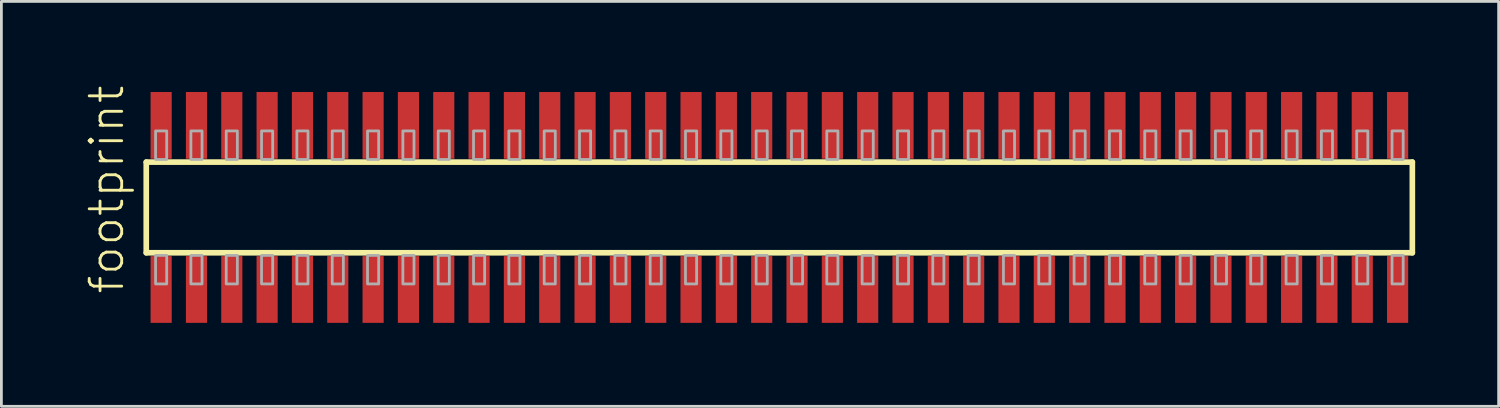
<source format=kicad_pcb>
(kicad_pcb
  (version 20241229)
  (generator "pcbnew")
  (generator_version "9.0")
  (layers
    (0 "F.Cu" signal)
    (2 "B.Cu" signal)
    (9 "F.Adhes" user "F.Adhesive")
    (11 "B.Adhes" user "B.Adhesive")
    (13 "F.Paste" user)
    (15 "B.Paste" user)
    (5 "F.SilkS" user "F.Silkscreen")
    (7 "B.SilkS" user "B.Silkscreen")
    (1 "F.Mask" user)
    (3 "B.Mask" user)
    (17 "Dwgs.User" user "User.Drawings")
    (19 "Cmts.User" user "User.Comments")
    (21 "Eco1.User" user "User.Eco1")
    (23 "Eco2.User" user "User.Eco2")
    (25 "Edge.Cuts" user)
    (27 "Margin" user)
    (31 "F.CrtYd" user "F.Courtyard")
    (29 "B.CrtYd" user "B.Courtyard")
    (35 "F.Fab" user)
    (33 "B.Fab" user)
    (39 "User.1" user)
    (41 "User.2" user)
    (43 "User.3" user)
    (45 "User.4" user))
  (footprint "footprint"
    (layer "F.Cu")
    (at 24.968 4.407)
    (property "Reference" "footprint" (at -23.495 3.175 90) (layer "F.SilkS") (effects (font (size 1.168 1.168) (thickness 0.102)) (justify left bottom)))
    (fp_line (start -22.76 -1.63) (end 22.755 -1.63) (stroke (width 0.203) (type solid)) (layer "F.SilkS"))
    (fp_line (start -22.76 1.63) (end -22.76 -1.63) (stroke (width 0.203) (type solid)) (layer "F.SilkS"))
    (fp_line (start 22.755 -1.63) (end 22.755 1.63) (stroke (width 0.203) (type solid)) (layer "F.SilkS"))
    (fp_line (start 22.755 1.63) (end -22.76 1.63) (stroke (width 0.203) (type solid)) (layer "F.SilkS"))
    (fp_poly (pts (xy -22.425 -1.725) (xy -22.025 -1.725) (xy -22.025 -2.75) (xy -22.425 -2.75)) (stroke (width 0.1) (type solid)) (fill no) (layer "F.Fab"))
    (fp_poly (pts (xy -22.025 1.725) (xy -22.425 1.725) (xy -22.425 2.75) (xy -22.025 2.75)) (stroke (width 0.1) (type solid)) (fill no) (layer "F.Fab"))
    (fp_poly (pts (xy -21.155 -1.725) (xy -20.755 -1.725) (xy -20.755 -2.75) (xy -21.155 -2.75)) (stroke (width 0.1) (type solid)) (fill no) (layer "F.Fab"))
    (fp_poly (pts (xy -20.755 1.725) (xy -21.155 1.725) (xy -21.155 2.75) (xy -20.755 2.75)) (stroke (width 0.1) (type solid)) (fill no) (layer "F.Fab"))
    (fp_poly (pts (xy -19.885 -1.725) (xy -19.485 -1.725) (xy -19.485 -2.75) (xy -19.885 -2.75)) (stroke (width 0.1) (type solid)) (fill no) (layer "F.Fab"))
    (fp_poly (pts (xy -19.485 1.725) (xy -19.885 1.725) (xy -19.885 2.75) (xy -19.485 2.75)) (stroke (width 0.1) (type solid)) (fill no) (layer "F.Fab"))
    (fp_poly (pts (xy -18.615 -1.725) (xy -18.215 -1.725) (xy -18.215 -2.75) (xy -18.615 -2.75)) (stroke (width 0.1) (type solid)) (fill no) (layer "F.Fab"))
    (fp_poly (pts (xy -18.215 1.725) (xy -18.615 1.725) (xy -18.615 2.75) (xy -18.215 2.75)) (stroke (width 0.1) (type solid)) (fill no) (layer "F.Fab"))
    (fp_poly (pts (xy -17.345 -1.725) (xy -16.945 -1.725) (xy -16.945 -2.75) (xy -17.345 -2.75)) (stroke (width 0.1) (type solid)) (fill no) (layer "F.Fab"))
    (fp_poly (pts (xy -16.945 1.725) (xy -17.345 1.725) (xy -17.345 2.75) (xy -16.945 2.75)) (stroke (width 0.1) (type solid)) (fill no) (layer "F.Fab"))
    (fp_poly (pts (xy -16.075 -1.725) (xy -15.675 -1.725) (xy -15.675 -2.75) (xy -16.075 -2.75)) (stroke (width 0.1) (type solid)) (fill no) (layer "F.Fab"))
    (fp_poly (pts (xy -15.675 1.725) (xy -16.075 1.725) (xy -16.075 2.75) (xy -15.675 2.75)) (stroke (width 0.1) (type solid)) (fill no) (layer "F.Fab"))
    (fp_poly (pts (xy -14.805 -1.725) (xy -14.405 -1.725) (xy -14.405 -2.75) (xy -14.805 -2.75)) (stroke (width 0.1) (type solid)) (fill no) (layer "F.Fab"))
    (fp_poly (pts (xy -14.405 1.725) (xy -14.805 1.725) (xy -14.805 2.75) (xy -14.405 2.75)) (stroke (width 0.1) (type solid)) (fill no) (layer "F.Fab"))
    (fp_poly (pts (xy -13.535 -1.725) (xy -13.135 -1.725) (xy -13.135 -2.75) (xy -13.535 -2.75)) (stroke (width 0.1) (type solid)) (fill no) (layer "F.Fab"))
    (fp_poly (pts (xy -13.135 1.725) (xy -13.535 1.725) (xy -13.535 2.75) (xy -13.135 2.75)) (stroke (width 0.1) (type solid)) (fill no) (layer "F.Fab"))
    (fp_poly (pts (xy -12.265 -1.725) (xy -11.865 -1.725) (xy -11.865 -2.75) (xy -12.265 -2.75)) (stroke (width 0.1) (type solid)) (fill no) (layer "F.Fab"))
    (fp_poly (pts (xy -11.865 1.725) (xy -12.265 1.725) (xy -12.265 2.75) (xy -11.865 2.75)) (stroke (width 0.1) (type solid)) (fill no) (layer "F.Fab"))
    (fp_poly (pts (xy -10.995 -1.725) (xy -10.595 -1.725) (xy -10.595 -2.75) (xy -10.995 -2.75)) (stroke (width 0.1) (type solid)) (fill no) (layer "F.Fab"))
    (fp_poly (pts (xy -10.595 1.725) (xy -10.995 1.725) (xy -10.995 2.75) (xy -10.595 2.75)) (stroke (width 0.1) (type solid)) (fill no) (layer "F.Fab"))
    (fp_poly (pts (xy -9.725 -1.725) (xy -9.325 -1.725) (xy -9.325 -2.75) (xy -9.725 -2.75)) (stroke (width 0.1) (type solid)) (fill no) (layer "F.Fab"))
    (fp_poly (pts (xy -9.325 1.725) (xy -9.725 1.725) (xy -9.725 2.75) (xy -9.325 2.75)) (stroke (width 0.1) (type solid)) (fill no) (layer "F.Fab"))
    (fp_poly (pts (xy -8.455 -1.725) (xy -8.055 -1.725) (xy -8.055 -2.75) (xy -8.455 -2.75)) (stroke (width 0.1) (type solid)) (fill no) (layer "F.Fab"))
    (fp_poly (pts (xy -8.055 1.725) (xy -8.455 1.725) (xy -8.455 2.75) (xy -8.055 2.75)) (stroke (width 0.1) (type solid)) (fill no) (layer "F.Fab"))
    (fp_poly (pts (xy -7.185 -1.725) (xy -6.785 -1.725) (xy -6.785 -2.75) (xy -7.185 -2.75)) (stroke (width 0.1) (type solid)) (fill no) (layer "F.Fab"))
    (fp_poly (pts (xy -6.785 1.725) (xy -7.185 1.725) (xy -7.185 2.75) (xy -6.785 2.75)) (stroke (width 0.1) (type solid)) (fill no) (layer "F.Fab"))
    (fp_poly (pts (xy -5.915 -1.725) (xy -5.515 -1.725) (xy -5.515 -2.75) (xy -5.915 -2.75)) (stroke (width 0.1) (type solid)) (fill no) (layer "F.Fab"))
    (fp_poly (pts (xy -5.515 1.725) (xy -5.915 1.725) (xy -5.915 2.75) (xy -5.515 2.75)) (stroke (width 0.1) (type solid)) (fill no) (layer "F.Fab"))
    (fp_poly (pts (xy -4.645 -1.725) (xy -4.245 -1.725) (xy -4.245 -2.75) (xy -4.645 -2.75)) (stroke (width 0.1) (type solid)) (fill no) (layer "F.Fab"))
    (fp_poly (pts (xy -4.245 1.725) (xy -4.645 1.725) (xy -4.645 2.75) (xy -4.245 2.75)) (stroke (width 0.1) (type solid)) (fill no) (layer "F.Fab"))
    (fp_poly (pts (xy -3.375 -1.725) (xy -2.975 -1.725) (xy -2.975 -2.75) (xy -3.375 -2.75)) (stroke (width 0.1) (type solid)) (fill no) (layer "F.Fab"))
    (fp_poly (pts (xy -2.975 1.725) (xy -3.375 1.725) (xy -3.375 2.75) (xy -2.975 2.75)) (stroke (width 0.1) (type solid)) (fill no) (layer "F.Fab"))
    (fp_poly (pts (xy -2.105 -1.725) (xy -1.705 -1.725) (xy -1.705 -2.75) (xy -2.105 -2.75)) (stroke (width 0.1) (type solid)) (fill no) (layer "F.Fab"))
    (fp_poly (pts (xy -1.705 1.725) (xy -2.105 1.725) (xy -2.105 2.75) (xy -1.705 2.75)) (stroke (width 0.1) (type solid)) (fill no) (layer "F.Fab"))
    (fp_poly (pts (xy -0.835 -1.725) (xy -0.435 -1.725) (xy -0.435 -2.75) (xy -0.835 -2.75)) (stroke (width 0.1) (type solid)) (fill no) (layer "F.Fab"))
    (fp_poly (pts (xy -0.435 1.725) (xy -0.835 1.725) (xy -0.835 2.75) (xy -0.435 2.75)) (stroke (width 0.1) (type solid)) (fill no) (layer "F.Fab"))
    (fp_poly (pts (xy 0.435 -1.725) (xy 0.835 -1.725) (xy 0.835 -2.75) (xy 0.435 -2.75)) (stroke (width 0.1) (type solid)) (fill no) (layer "F.Fab"))
    (fp_poly (pts (xy 0.835 1.725) (xy 0.435 1.725) (xy 0.435 2.75) (xy 0.835 2.75)) (stroke (width 0.1) (type solid)) (fill no) (layer "F.Fab"))
    (fp_poly (pts (xy 1.705 -1.725) (xy 2.105 -1.725) (xy 2.105 -2.75) (xy 1.705 -2.75)) (stroke (width 0.1) (type solid)) (fill no) (layer "F.Fab"))
    (fp_poly (pts (xy 2.105 1.725) (xy 1.705 1.725) (xy 1.705 2.75) (xy 2.105 2.75)) (stroke (width 0.1) (type solid)) (fill no) (layer "F.Fab"))
    (fp_poly (pts (xy 2.975 -1.725) (xy 3.375 -1.725) (xy 3.375 -2.75) (xy 2.975 -2.75)) (stroke (width 0.1) (type solid)) (fill no) (layer "F.Fab"))
    (fp_poly (pts (xy 3.375 1.725) (xy 2.975 1.725) (xy 2.975 2.75) (xy 3.375 2.75)) (stroke (width 0.1) (type solid)) (fill no) (layer "F.Fab"))
    (fp_poly (pts (xy 4.245 -1.725) (xy 4.645 -1.725) (xy 4.645 -2.75) (xy 4.245 -2.75)) (stroke (width 0.1) (type solid)) (fill no) (layer "F.Fab"))
    (fp_poly (pts (xy 4.645 1.725) (xy 4.245 1.725) (xy 4.245 2.75) (xy 4.645 2.75)) (stroke (width 0.1) (type solid)) (fill no) (layer "F.Fab"))
    (fp_poly (pts (xy 5.515 -1.725) (xy 5.915 -1.725) (xy 5.915 -2.75) (xy 5.515 -2.75)) (stroke (width 0.1) (type solid)) (fill no) (layer "F.Fab"))
    (fp_poly (pts (xy 5.915 1.725) (xy 5.515 1.725) (xy 5.515 2.75) (xy 5.915 2.75)) (stroke (width 0.1) (type solid)) (fill no) (layer "F.Fab"))
    (fp_poly (pts (xy 6.785 -1.725) (xy 7.185 -1.725) (xy 7.185 -2.75) (xy 6.785 -2.75)) (stroke (width 0.1) (type solid)) (fill no) (layer "F.Fab"))
    (fp_poly (pts (xy 7.185 1.725) (xy 6.785 1.725) (xy 6.785 2.75) (xy 7.185 2.75)) (stroke (width 0.1) (type solid)) (fill no) (layer "F.Fab"))
    (fp_poly (pts (xy 8.055 -1.725) (xy 8.455 -1.725) (xy 8.455 -2.75) (xy 8.055 -2.75)) (stroke (width 0.1) (type solid)) (fill no) (layer "F.Fab"))
    (fp_poly (pts (xy 8.455 1.725) (xy 8.055 1.725) (xy 8.055 2.75) (xy 8.455 2.75)) (stroke (width 0.1) (type solid)) (fill no) (layer "F.Fab"))
    (fp_poly (pts (xy 9.325 -1.725) (xy 9.725 -1.725) (xy 9.725 -2.75) (xy 9.325 -2.75)) (stroke (width 0.1) (type solid)) (fill no) (layer "F.Fab"))
    (fp_poly (pts (xy 9.725 1.725) (xy 9.325 1.725) (xy 9.325 2.75) (xy 9.725 2.75)) (stroke (width 0.1) (type solid)) (fill no) (layer "F.Fab"))
    (fp_poly (pts (xy 10.595 -1.725) (xy 10.995 -1.725) (xy 10.995 -2.75) (xy 10.595 -2.75)) (stroke (width 0.1) (type solid)) (fill no) (layer "F.Fab"))
    (fp_poly (pts (xy 10.995 1.725) (xy 10.595 1.725) (xy 10.595 2.75) (xy 10.995 2.75)) (stroke (width 0.1) (type solid)) (fill no) (layer "F.Fab"))
    (fp_poly (pts (xy 11.865 -1.725) (xy 12.265 -1.725) (xy 12.265 -2.75) (xy 11.865 -2.75)) (stroke (width 0.1) (type solid)) (fill no) (layer "F.Fab"))
    (fp_poly (pts (xy 12.265 1.725) (xy 11.865 1.725) (xy 11.865 2.75) (xy 12.265 2.75)) (stroke (width 0.1) (type solid)) (fill no) (layer "F.Fab"))
    (fp_poly (pts (xy 13.135 -1.725) (xy 13.535 -1.725) (xy 13.535 -2.75) (xy 13.135 -2.75)) (stroke (width 0.1) (type solid)) (fill no) (layer "F.Fab"))
    (fp_poly (pts (xy 13.535 1.725) (xy 13.135 1.725) (xy 13.135 2.75) (xy 13.535 2.75)) (stroke (width 0.1) (type solid)) (fill no) (layer "F.Fab"))
    (fp_poly (pts (xy 14.405 -1.725) (xy 14.805 -1.725) (xy 14.805 -2.75) (xy 14.405 -2.75)) (stroke (width 0.1) (type solid)) (fill no) (layer "F.Fab"))
    (fp_poly (pts (xy 14.805 1.725) (xy 14.405 1.725) (xy 14.405 2.75) (xy 14.805 2.75)) (stroke (width 0.1) (type solid)) (fill no) (layer "F.Fab"))
    (fp_poly (pts (xy 15.675 -1.725) (xy 16.075 -1.725) (xy 16.075 -2.75) (xy 15.675 -2.75)) (stroke (width 0.1) (type solid)) (fill no) (layer "F.Fab"))
    (fp_poly (pts (xy 16.075 1.725) (xy 15.675 1.725) (xy 15.675 2.75) (xy 16.075 2.75)) (stroke (width 0.1) (type solid)) (fill no) (layer "F.Fab"))
    (fp_poly (pts (xy 16.945 -1.725) (xy 17.345 -1.725) (xy 17.345 -2.75) (xy 16.945 -2.75)) (stroke (width 0.1) (type solid)) (fill no) (layer "F.Fab"))
    (fp_poly (pts (xy 17.345 1.725) (xy 16.945 1.725) (xy 16.945 2.75) (xy 17.345 2.75)) (stroke (width 0.1) (type solid)) (fill no) (layer "F.Fab"))
    (fp_poly (pts (xy 18.215 -1.725) (xy 18.615 -1.725) (xy 18.615 -2.75) (xy 18.215 -2.75)) (stroke (width 0.1) (type solid)) (fill no) (layer "F.Fab"))
    (fp_poly (pts (xy 18.615 1.725) (xy 18.215 1.725) (xy 18.215 2.75) (xy 18.615 2.75)) (stroke (width 0.1) (type solid)) (fill no) (layer "F.Fab"))
    (fp_poly (pts (xy 19.485 -1.725) (xy 19.885 -1.725) (xy 19.885 -2.75) (xy 19.485 -2.75)) (stroke (width 0.1) (type solid)) (fill no) (layer "F.Fab"))
    (fp_poly (pts (xy 19.885 1.725) (xy 19.485 1.725) (xy 19.485 2.75) (xy 19.885 2.75)) (stroke (width 0.1) (type solid)) (fill no) (layer "F.Fab"))
    (fp_poly (pts (xy 20.755 -1.725) (xy 21.155 -1.725) (xy 21.155 -2.75) (xy 20.755 -2.75)) (stroke (width 0.1) (type solid)) (fill no) (layer "F.Fab"))
    (fp_poly (pts (xy 21.155 1.725) (xy 20.755 1.725) (xy 20.755 2.75) (xy 21.155 2.75)) (stroke (width 0.1) (type solid)) (fill no) (layer "F.Fab"))
    (fp_poly (pts (xy 22.025 -1.725) (xy 22.425 -1.725) (xy 22.425 -2.75) (xy 22.025 -2.75)) (stroke (width 0.1) (type solid)) (fill no) (layer "F.Fab"))
    (fp_poly (pts (xy 22.425 1.725) (xy 22.025 1.725) (xy 22.025 2.75) (xy 22.425 2.75)) (stroke (width 0.1) (type solid)) (fill no) (layer "F.Fab"))
    (pad "1" smd rect (at -22.225 2.95) (size 0.76 2.4) (layers "F.Cu" "F.Mask" "F.Paste"))
    (pad "2" smd rect (at -22.225 -2.95) (size 0.76 2.4) (layers "F.Cu" "F.Mask" "F.Paste"))
    (pad "3" smd rect (at -20.955 2.95) (size 0.76 2.4) (layers "F.Cu" "F.Mask" "F.Paste"))
    (pad "4" smd rect (at -20.955 -2.95) (size 0.76 2.4) (layers "F.Cu" "F.Mask" "F.Paste"))
    (pad "5" smd rect (at -19.685 2.95) (size 0.76 2.4) (layers "F.Cu" "F.Mask" "F.Paste"))
    (pad "6" smd rect (at -19.685 -2.95) (size 0.76 2.4) (layers "F.Cu" "F.Mask" "F.Paste"))
    (pad "7" smd rect (at -18.415 2.95) (size 0.76 2.4) (layers "F.Cu" "F.Mask" "F.Paste"))
    (pad "8" smd rect (at -18.415 -2.95) (size 0.76 2.4) (layers "F.Cu" "F.Mask" "F.Paste"))
    (pad "9" smd rect (at -17.145 2.95) (size 0.76 2.4) (layers "F.Cu" "F.Mask" "F.Paste"))
    (pad "10" smd rect (at -17.145 -2.95) (size 0.76 2.4) (layers "F.Cu" "F.Mask" "F.Paste"))
    (pad "11" smd rect (at -15.875 2.95) (size 0.76 2.4) (layers "F.Cu" "F.Mask" "F.Paste"))
    (pad "12" smd rect (at -15.875 -2.95) (size 0.76 2.4) (layers "F.Cu" "F.Mask" "F.Paste"))
    (pad "13" smd rect (at -14.605 2.95) (size 0.76 2.4) (layers "F.Cu" "F.Mask" "F.Paste"))
    (pad "14" smd rect (at -14.605 -2.95) (size 0.76 2.4) (layers "F.Cu" "F.Mask" "F.Paste"))
    (pad "15" smd rect (at -13.335 2.95) (size 0.76 2.4) (layers "F.Cu" "F.Mask" "F.Paste"))
    (pad "16" smd rect (at -13.335 -2.95) (size 0.76 2.4) (layers "F.Cu" "F.Mask" "F.Paste"))
    (pad "17" smd rect (at -12.065 2.95) (size 0.76 2.4) (layers "F.Cu" "F.Mask" "F.Paste"))
    (pad "18" smd rect (at -12.065 -2.95) (size 0.76 2.4) (layers "F.Cu" "F.Mask" "F.Paste"))
    (pad "19" smd rect (at -10.795 2.95) (size 0.76 2.4) (layers "F.Cu" "F.Mask" "F.Paste"))
    (pad "20" smd rect (at -10.795 -2.95) (size 0.76 2.4) (layers "F.Cu" "F.Mask" "F.Paste"))
    (pad "21" smd rect (at -9.525 2.95) (size 0.76 2.4) (layers "F.Cu" "F.Mask" "F.Paste"))
    (pad "22" smd rect (at -9.525 -2.95) (size 0.76 2.4) (layers "F.Cu" "F.Mask" "F.Paste"))
    (pad "23" smd rect (at -8.255 2.95) (size 0.76 2.4) (layers "F.Cu" "F.Mask" "F.Paste"))
    (pad "24" smd rect (at -8.255 -2.95) (size 0.76 2.4) (layers "F.Cu" "F.Mask" "F.Paste"))
    (pad "25" smd rect (at -6.985 2.95) (size 0.76 2.4) (layers "F.Cu" "F.Mask" "F.Paste"))
    (pad "26" smd rect (at -6.985 -2.95) (size 0.76 2.4) (layers "F.Cu" "F.Mask" "F.Paste"))
    (pad "27" smd rect (at -5.715 2.95) (size 0.76 2.4) (layers "F.Cu" "F.Mask" "F.Paste"))
    (pad "28" smd rect (at -5.715 -2.95) (size 0.76 2.4) (layers "F.Cu" "F.Mask" "F.Paste"))
    (pad "29" smd rect (at -4.445 2.95) (size 0.76 2.4) (layers "F.Cu" "F.Mask" "F.Paste"))
    (pad "30" smd rect (at -4.445 -2.95) (size 0.76 2.4) (layers "F.Cu" "F.Mask" "F.Paste"))
    (pad "31" smd rect (at -3.175 2.95) (size 0.76 2.4) (layers "F.Cu" "F.Mask" "F.Paste"))
    (pad "32" smd rect (at -3.175 -2.95) (size 0.76 2.4) (layers "F.Cu" "F.Mask" "F.Paste"))
    (pad "33" smd rect (at -1.905 2.95) (size 0.76 2.4) (layers "F.Cu" "F.Mask" "F.Paste"))
    (pad "34" smd rect (at -1.905 -2.95) (size 0.76 2.4) (layers "F.Cu" "F.Mask" "F.Paste"))
    (pad "35" smd rect (at -0.635 2.95) (size 0.76 2.4) (layers "F.Cu" "F.Mask" "F.Paste"))
    (pad "36" smd rect (at -0.635 -2.95) (size 0.76 2.4) (layers "F.Cu" "F.Mask" "F.Paste"))
    (pad "37" smd rect (at 0.635 2.95) (size 0.76 2.4) (layers "F.Cu" "F.Mask" "F.Paste"))
    (pad "38" smd rect (at 0.635 -2.95) (size 0.76 2.4) (layers "F.Cu" "F.Mask" "F.Paste"))
    (pad "39" smd rect (at 1.905 2.95) (size 0.76 2.4) (layers "F.Cu" "F.Mask" "F.Paste"))
    (pad "40" smd rect (at 1.905 -2.95) (size 0.76 2.4) (layers "F.Cu" "F.Mask" "F.Paste"))
    (pad "41" smd rect (at 3.175 2.95) (size 0.76 2.4) (layers "F.Cu" "F.Mask" "F.Paste"))
    (pad "42" smd rect (at 3.175 -2.95) (size 0.76 2.4) (layers "F.Cu" "F.Mask" "F.Paste"))
    (pad "43" smd rect (at 4.445 2.95) (size 0.76 2.4) (layers "F.Cu" "F.Mask" "F.Paste"))
    (pad "44" smd rect (at 4.445 -2.95) (size 0.76 2.4) (layers "F.Cu" "F.Mask" "F.Paste"))
    (pad "45" smd rect (at 5.715 2.95) (size 0.76 2.4) (layers "F.Cu" "F.Mask" "F.Paste"))
    (pad "46" smd rect (at 5.715 -2.95) (size 0.76 2.4) (layers "F.Cu" "F.Mask" "F.Paste"))
    (pad "47" smd rect (at 6.985 2.95) (size 0.76 2.4) (layers "F.Cu" "F.Mask" "F.Paste"))
    (pad "48" smd rect (at 6.985 -2.95) (size 0.76 2.4) (layers "F.Cu" "F.Mask" "F.Paste"))
    (pad "49" smd rect (at 8.255 2.95) (size 0.76 2.4) (layers "F.Cu" "F.Mask" "F.Paste"))
    (pad "50" smd rect (at 8.255 -2.95) (size 0.76 2.4) (layers "F.Cu" "F.Mask" "F.Paste"))
    (pad "51" smd rect (at 9.525 2.95) (size 0.76 2.4) (layers "F.Cu" "F.Mask" "F.Paste"))
    (pad "52" smd rect (at 9.525 -2.95) (size 0.76 2.4) (layers "F.Cu" "F.Mask" "F.Paste"))
    (pad "53" smd rect (at 10.795 2.95) (size 0.76 2.4) (layers "F.Cu" "F.Mask" "F.Paste"))
    (pad "54" smd rect (at 10.795 -2.95) (size 0.76 2.4) (layers "F.Cu" "F.Mask" "F.Paste"))
    (pad "55" smd rect (at 12.065 2.95) (size 0.76 2.4) (layers "F.Cu" "F.Mask" "F.Paste"))
    (pad "56" smd rect (at 12.065 -2.95) (size 0.76 2.4) (layers "F.Cu" "F.Mask" "F.Paste"))
    (pad "57" smd rect (at 13.335 2.95) (size 0.76 2.4) (layers "F.Cu" "F.Mask" "F.Paste"))
    (pad "58" smd rect (at 13.335 -2.95) (size 0.76 2.4) (layers "F.Cu" "F.Mask" "F.Paste"))
    (pad "59" smd rect (at 14.605 2.95) (size 0.76 2.4) (layers "F.Cu" "F.Mask" "F.Paste"))
    (pad "60" smd rect (at 14.605 -2.95) (size 0.76 2.4) (layers "F.Cu" "F.Mask" "F.Paste"))
    (pad "61" smd rect (at 15.875 2.95) (size 0.76 2.4) (layers "F.Cu" "F.Mask" "F.Paste"))
    (pad "62" smd rect (at 15.875 -2.95) (size 0.76 2.4) (layers "F.Cu" "F.Mask" "F.Paste"))
    (pad "63" smd rect (at 17.145 2.95) (size 0.76 2.4) (layers "F.Cu" "F.Mask" "F.Paste"))
    (pad "64" smd rect (at 17.145 -2.95) (size 0.76 2.4) (layers "F.Cu" "F.Mask" "F.Paste"))
    (pad "65" smd rect (at 18.415 2.95) (size 0.76 2.4) (layers "F.Cu" "F.Mask" "F.Paste"))
    (pad "66" smd rect (at 18.415 -2.95) (size 0.76 2.4) (layers "F.Cu" "F.Mask" "F.Paste"))
    (pad "67" smd rect (at 19.685 2.95) (size 0.76 2.4) (layers "F.Cu" "F.Mask" "F.Paste"))
    (pad "68" smd rect (at 19.685 -2.95) (size 0.76 2.4) (layers "F.Cu" "F.Mask" "F.Paste"))
    (pad "69" smd rect (at 20.955 2.95) (size 0.76 2.4) (layers "F.Cu" "F.Mask" "F.Paste"))
    (pad "70" smd rect (at 20.955 -2.95) (size 0.76 2.4) (layers "F.Cu" "F.Mask" "F.Paste"))
    (pad "71" smd rect (at 22.225 2.95) (size 0.76 2.4) (layers "F.Cu" "F.Mask" "F.Paste"))
    (pad "72" smd rect (at 22.225 -2.95) (size 0.76 2.4) (layers "F.Cu" "F.Mask" "F.Paste")))
  (gr_rect
    (start -3 -3)
    (end 50.825 11.557)
    (stroke (width 0.1) (type default))
    (fill no)
    (layer "Edge.Cuts")))
</source>
